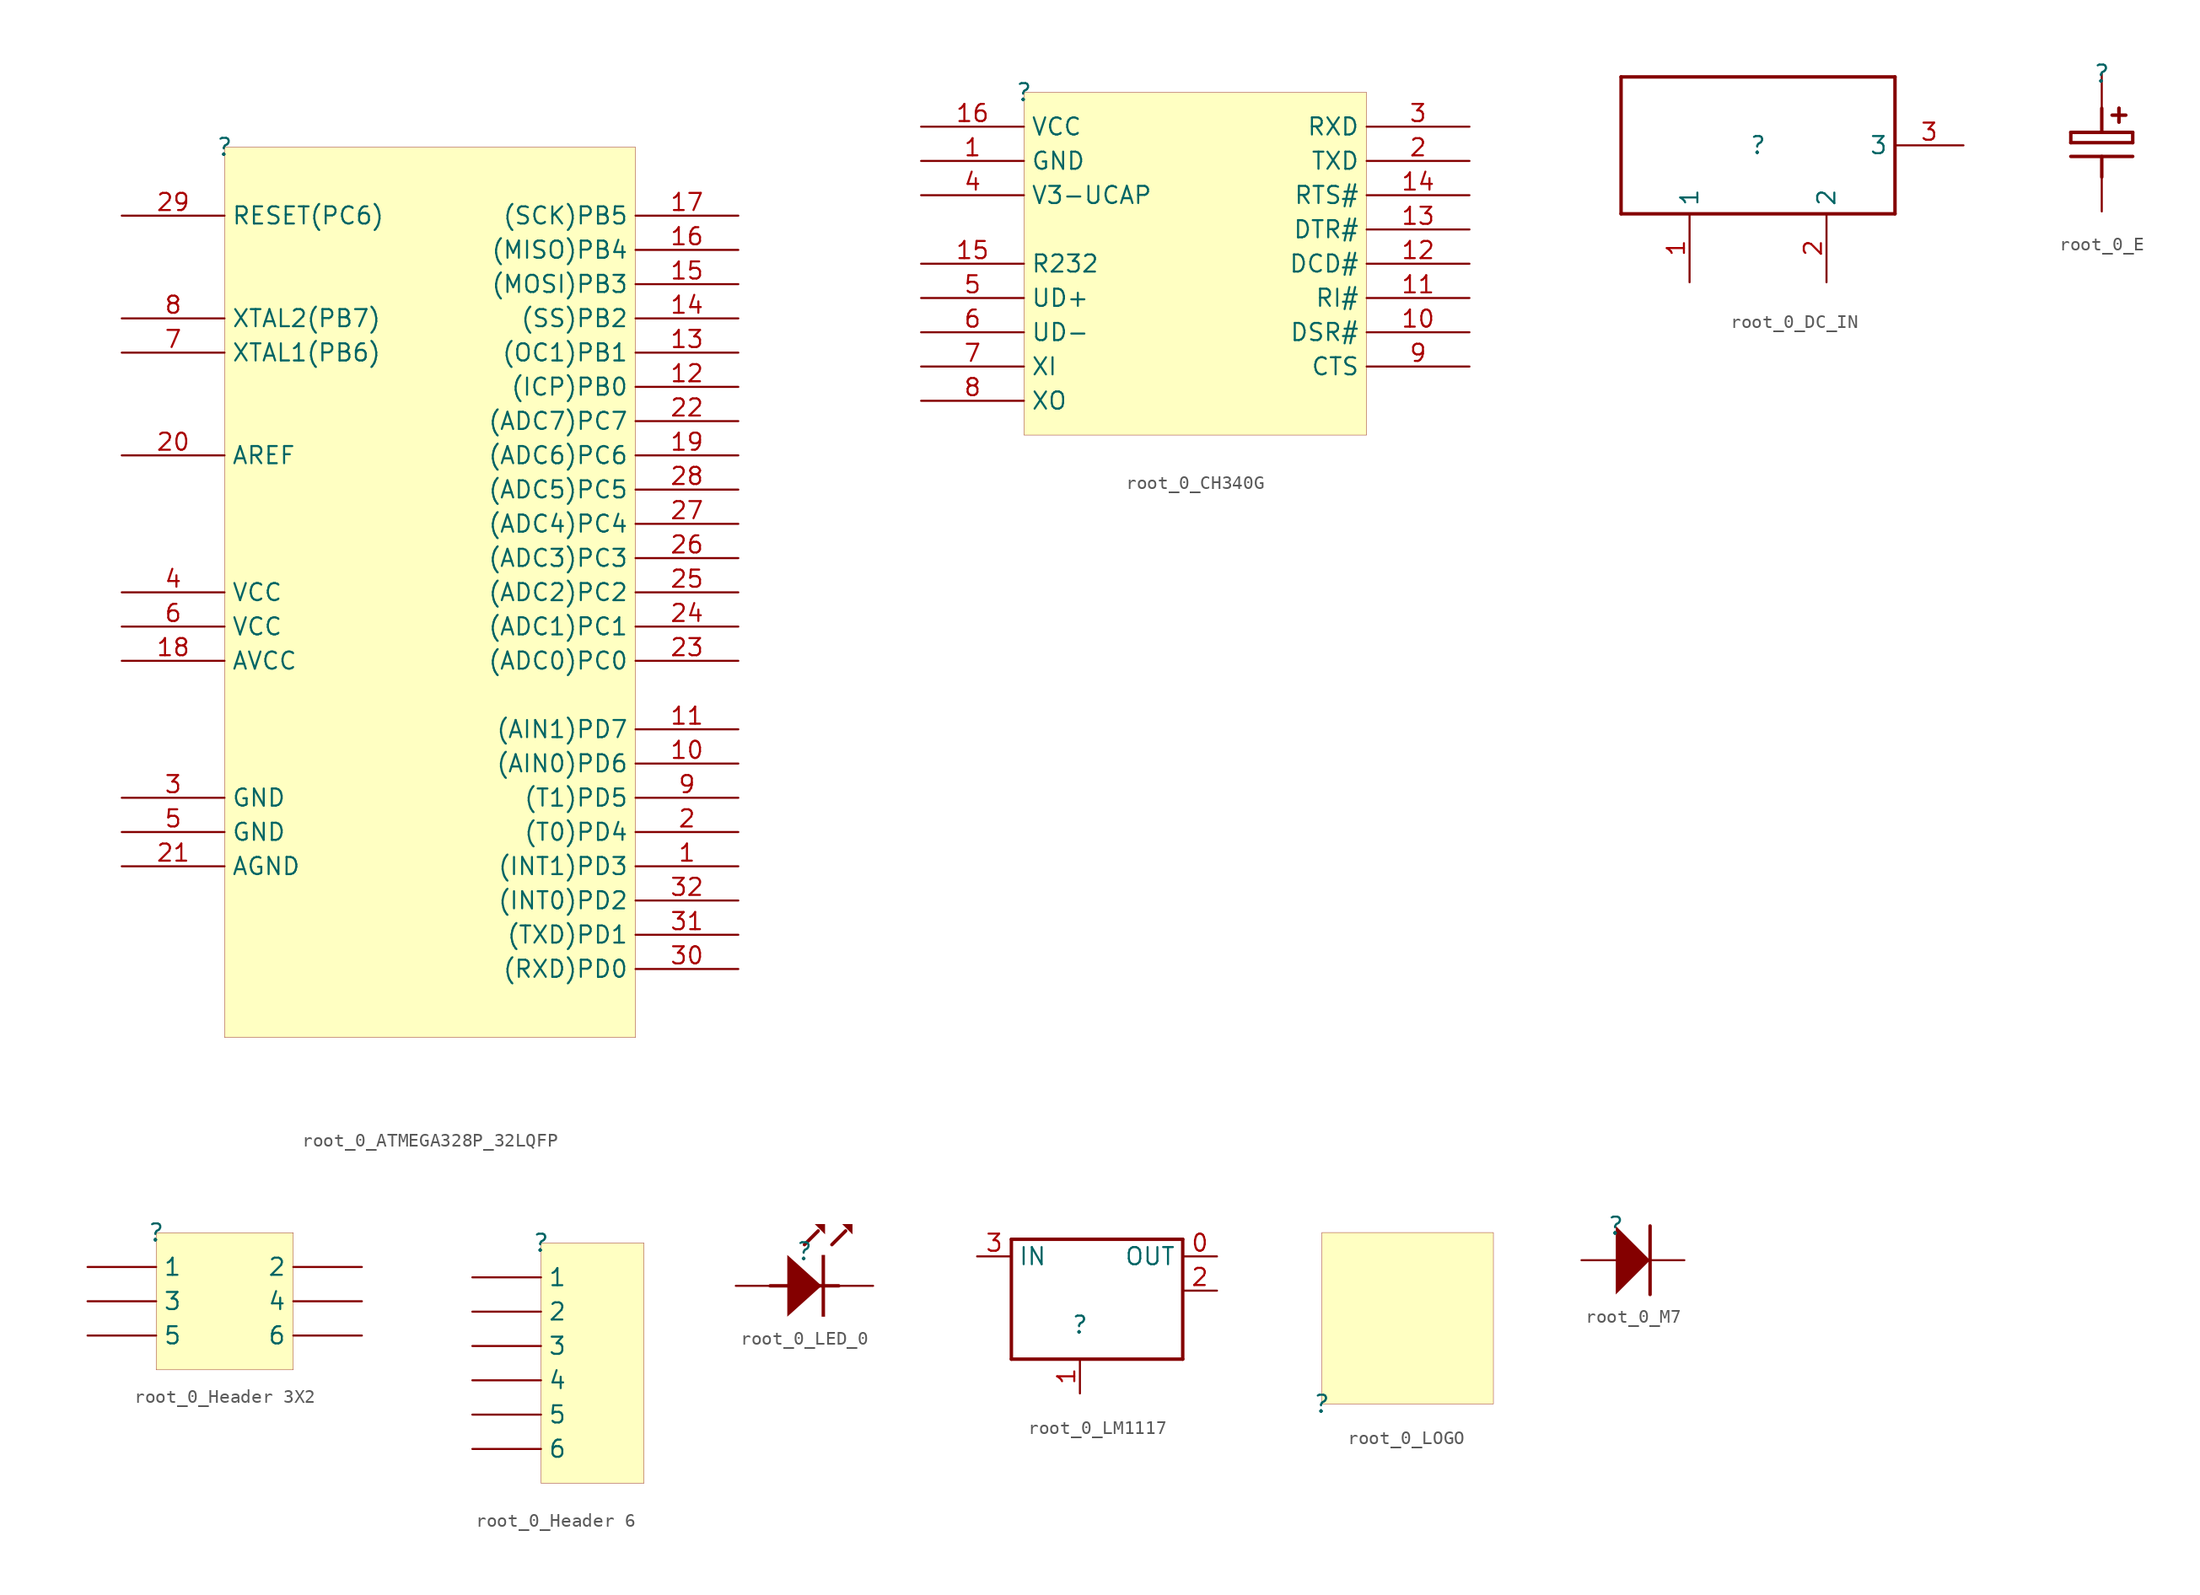
<source format=kicad_sym>
(kicad_symbol_lib
  (version 20231120)
  (generator "kicad_symbol_editor")
  (generator_version "8.0")
  (symbol "root_0_ATMEGA328P_32LQFP"
    (property "Reference" ""
      (at 0 0 0)
      (effects (font (size 1.27 1.27))))
    (property "Value" ""
      (at 0 0 0)
      (effects (font (size 1.27 1.27))))
    (symbol "root_0_ATMEGA328P_32LQFP_1_0"
      (rectangle (start 30.48 0) (end 0 -66.04) (stroke (width 0.025) (type solid) (color 128 0 0 1)) (fill (type background)))
      (pin passive line (at 38.1 -53.34 180) (length 7.62) (name "(INT1)PD3" (effects (font (size 1.27 1.27)))) (number "1" (effects (font (size 1.27 1.27)))))
      (pin passive line (at 38.1 -45.72 180) (length 7.62) (name "(AIN0)PD6" (effects (font (size 1.27 1.27)))) (number "10" (effects (font (size 1.27 1.27)))))
      (pin passive line (at 38.1 -43.18 180) (length 7.62) (name "(AIN1)PD7" (effects (font (size 1.27 1.27)))) (number "11" (effects (font (size 1.27 1.27)))))
      (pin passive line (at 38.1 -17.78 180) (length 7.62) (name "(ICP)PB0" (effects (font (size 1.27 1.27)))) (number "12" (effects (font (size 1.27 1.27)))))
      (pin passive line (at 38.1 -15.24 180) (length 7.62) (name "(OC1)PB1" (effects (font (size 1.27 1.27)))) (number "13" (effects (font (size 1.27 1.27)))))
      (pin passive line (at 38.1 -12.7 180) (length 7.62) (name "(SS)PB2" (effects (font (size 1.27 1.27)))) (number "14" (effects (font (size 1.27 1.27)))))
      (pin passive line (at 38.1 -10.16 180) (length 7.62) (name "(MOSI)PB3" (effects (font (size 1.27 1.27)))) (number "15" (effects (font (size 1.27 1.27)))))
      (pin passive line (at 38.1 -7.62 180) (length 7.62) (name "(MISO)PB4" (effects (font (size 1.27 1.27)))) (number "16" (effects (font (size 1.27 1.27)))))
      (pin passive line (at 38.1 -5.08 180) (length 7.62) (name "(SCK)PB5" (effects (font (size 1.27 1.27)))) (number "17" (effects (font (size 1.27 1.27)))))
      (pin passive line (at -7.62 -38.1 0) (length 7.62) (name "AVCC" (effects (font (size 1.27 1.27)))) (number "18" (effects (font (size 1.27 1.27)))))
      (pin passive line (at 38.1 -22.86 180) (length 7.62) (name "(ADC6)PC6" (effects (font (size 1.27 1.27)))) (number "19" (effects (font (size 1.27 1.27)))))
      (pin passive line (at 38.1 -50.8 180) (length 7.62) (name "(T0)PD4" (effects (font (size 1.27 1.27)))) (number "2" (effects (font (size 1.27 1.27)))))
      (pin passive line (at -7.62 -22.86 0) (length 7.62) (name "AREF" (effects (font (size 1.27 1.27)))) (number "20" (effects (font (size 1.27 1.27)))))
      (pin passive line (at -7.62 -53.34 0) (length 7.62) (name "AGND" (effects (font (size 1.27 1.27)))) (number "21" (effects (font (size 1.27 1.27)))))
      (pin passive line (at 38.1 -20.32 180) (length 7.62) (name "(ADC7)PC7" (effects (font (size 1.27 1.27)))) (number "22" (effects (font (size 1.27 1.27)))))
      (pin passive line (at 38.1 -38.1 180) (length 7.62) (name "(ADC0)PC0" (effects (font (size 1.27 1.27)))) (number "23" (effects (font (size 1.27 1.27)))))
      (pin passive line (at 38.1 -35.56 180) (length 7.62) (name "(ADC1)PC1" (effects (font (size 1.27 1.27)))) (number "24" (effects (font (size 1.27 1.27)))))
      (pin passive line (at 38.1 -33.02 180) (length 7.62) (name "(ADC2)PC2" (effects (font (size 1.27 1.27)))) (number "25" (effects (font (size 1.27 1.27)))))
      (pin passive line (at 38.1 -30.48 180) (length 7.62) (name "(ADC3)PC3" (effects (font (size 1.27 1.27)))) (number "26" (effects (font (size 1.27 1.27)))))
      (pin passive line (at 38.1 -27.94 180) (length 7.62) (name "(ADC4)PC4" (effects (font (size 1.27 1.27)))) (number "27" (effects (font (size 1.27 1.27)))))
      (pin passive line (at 38.1 -25.4 180) (length 7.62) (name "(ADC5)PC5" (effects (font (size 1.27 1.27)))) (number "28" (effects (font (size 1.27 1.27)))))
      (pin passive line (at -7.62 -5.08 0) (length 7.62) (name "RESET(PC6)" (effects (font (size 1.27 1.27)))) (number "29" (effects (font (size 1.27 1.27)))))
      (pin passive line (at -7.62 -48.26 0) (length 7.62) (name "GND" (effects (font (size 1.27 1.27)))) (number "3" (effects (font (size 1.27 1.27)))))
      (pin passive line (at 38.1 -60.96 180) (length 7.62) (name "(RXD)PD0" (effects (font (size 1.27 1.27)))) (number "30" (effects (font (size 1.27 1.27)))))
      (pin passive line (at 38.1 -58.42 180) (length 7.62) (name "(TXD)PD1" (effects (font (size 1.27 1.27)))) (number "31" (effects (font (size 1.27 1.27)))))
      (pin passive line (at 38.1 -55.88 180) (length 7.62) (name "(INT0)PD2" (effects (font (size 1.27 1.27)))) (number "32" (effects (font (size 1.27 1.27)))))
      (pin passive line (at -7.62 -33.02 0) (length 7.62) (name "VCC" (effects (font (size 1.27 1.27)))) (number "4" (effects (font (size 1.27 1.27)))))
      (pin passive line (at -7.62 -50.8 0) (length 7.62) (name "GND" (effects (font (size 1.27 1.27)))) (number "5" (effects (font (size 1.27 1.27)))))
      (pin passive line (at -7.62 -35.56 0) (length 7.62) (name "VCC" (effects (font (size 1.27 1.27)))) (number "6" (effects (font (size 1.27 1.27)))))
      (pin passive line (at -7.62 -15.24 0) (length 7.62) (name "XTAL1(PB6)" (effects (font (size 1.27 1.27)))) (number "7" (effects (font (size 1.27 1.27)))))
      (pin passive line (at -7.62 -12.7 0) (length 7.62) (name "XTAL2(PB7)" (effects (font (size 1.27 1.27)))) (number "8" (effects (font (size 1.27 1.27)))))
      (pin passive line (at 38.1 -48.26 180) (length 7.62) (name "(T1)PD5" (effects (font (size 1.27 1.27)))) (number "9" (effects (font (size 1.27 1.27)))))))
  (symbol "root_0_CH340G"
    (property "Reference" ""
      (at 0 0 0)
      (effects (font (size 1.27 1.27))))
    (property "Value" ""
      (at 0 0 0)
      (effects (font (size 1.27 1.27))))
    (symbol "root_0_CH340G_1_0"
      (rectangle (start 25.4 0) (end 0 -25.4) (stroke (width 0.025) (type solid) (color 128 0 0 1)) (fill (type background)))
      (pin passive line (at -7.62 -5.08 0) (length 7.62) (name "GND" (effects (font (size 1.27 1.27)))) (number "1" (effects (font (size 1.27 1.27)))))
      (pin passive line (at 33.02 -17.78 180) (length 7.62) (name "DSR#" (effects (font (size 1.27 1.27)))) (number "10" (effects (font (size 1.27 1.27)))))
      (pin passive line (at 33.02 -15.24 180) (length 7.62) (name "RI#" (effects (font (size 1.27 1.27)))) (number "11" (effects (font (size 1.27 1.27)))))
      (pin passive line (at 33.02 -12.7 180) (length 7.62) (name "DCD#" (effects (font (size 1.27 1.27)))) (number "12" (effects (font (size 1.27 1.27)))))
      (pin passive line (at 33.02 -10.16 180) (length 7.62) (name "DTR#" (effects (font (size 1.27 1.27)))) (number "13" (effects (font (size 1.27 1.27)))))
      (pin passive line (at 33.02 -7.62 180) (length 7.62) (name "RTS#" (effects (font (size 1.27 1.27)))) (number "14" (effects (font (size 1.27 1.27)))))
      (pin passive line (at -7.62 -12.7 0) (length 7.62) (name "R232" (effects (font (size 1.27 1.27)))) (number "15" (effects (font (size 1.27 1.27)))))
      (pin passive line (at -7.62 -2.54 0) (length 7.62) (name "VCC" (effects (font (size 1.27 1.27)))) (number "16" (effects (font (size 1.27 1.27)))))
      (pin passive line (at 33.02 -5.08 180) (length 7.62) (name "TXD" (effects (font (size 1.27 1.27)))) (number "2" (effects (font (size 1.27 1.27)))))
      (pin passive line (at 33.02 -2.54 180) (length 7.62) (name "RXD" (effects (font (size 1.27 1.27)))) (number "3" (effects (font (size 1.27 1.27)))))
      (pin passive line (at -7.62 -7.62 0) (length 7.62) (name "V3-UCAP" (effects (font (size 1.27 1.27)))) (number "4" (effects (font (size 1.27 1.27)))))
      (pin passive line (at -7.62 -15.24 0) (length 7.62) (name "UD+" (effects (font (size 1.27 1.27)))) (number "5" (effects (font (size 1.27 1.27)))))
      (pin passive line (at -7.62 -17.78 0) (length 7.62) (name "UD-" (effects (font (size 1.27 1.27)))) (number "6" (effects (font (size 1.27 1.27)))))
      (pin passive line (at -7.62 -20.32 0) (length 7.62) (name "XI" (effects (font (size 1.27 1.27)))) (number "7" (effects (font (size 1.27 1.27)))))
      (pin passive line (at -7.62 -22.86 0) (length 7.62) (name "XO" (effects (font (size 1.27 1.27)))) (number "8" (effects (font (size 1.27 1.27)))))
      (pin passive line (at 33.02 -20.32 180) (length 7.62) (name "CTS" (effects (font (size 1.27 1.27)))) (number "9" (effects (font (size 1.27 1.27)))))))
  (symbol "root_0_DC_IN"
    (property "Reference" ""
      (at 0 0 0)
      (effects (font (size 1.27 1.27))))
    (property "Value" ""
      (at 0 0 0)
      (effects (font (size 1.27 1.27))))
    (symbol "root_0_DC_IN_1_0"
      (polyline (pts (xy -10.16 -5.08) (xy -10.16 5.08)) (stroke (width 0.254) (type solid)) (fill (type none)))
      (polyline (pts (xy -10.16 5.08) (xy 10.16 5.08)) (stroke (width 0.254) (type solid)) (fill (type none)))
      (polyline (pts (xy 10.16 -5.08) (xy -10.16 -5.08)) (stroke (width 0.254) (type solid)) (fill (type none)))
      (polyline (pts (xy 10.16 5.08) (xy 10.16 -5.08)) (stroke (width 0.254) (type solid)) (fill (type none)))
      (pin passive line (at -5.08 -10.16 90) (length 5.08) (name "1" (effects (font (size 1.27 1.27)))) (number "1" (effects (font (size 1.27 1.27)))))
      (pin passive line (at 5.08 -10.16 90) (length 5.08) (name "2" (effects (font (size 1.27 1.27)))) (number "2" (effects (font (size 1.27 1.27)))))
      (pin passive line (at 15.24 0 180) (length 5.08) (name "3" (effects (font (size 1.27 1.27)))) (number "3" (effects (font (size 1.27 1.27)))))))
  (symbol "root_0_E"
    (property "Reference" ""
      (at 0 0 0)
      (effects (font (size 1.27 1.27))))
    (property "Value" ""
      (at 0 0 0)
      (effects (font (size 1.27 1.27))))
    (symbol "root_0_E_1_0"
      (polyline (pts (xy -2.286 -6.096) (xy 2.286 -6.096)) (stroke (width 0.254) (type solid)) (fill (type none)))
      (polyline (pts (xy -2.286 -5.08) (xy 2.286 -5.08)) (stroke (width 0.254) (type solid)) (fill (type none)))
      (polyline (pts (xy -2.286 -4.318) (xy -2.286 -5.08)) (stroke (width 0.254) (type solid)) (fill (type none)))
      (polyline (pts (xy -2.286 -4.318) (xy 2.286 -4.318)) (stroke (width 0.254) (type solid)) (fill (type none)))
      (polyline (pts (xy 0 -6.096) (xy 0 -7.62)) (stroke (width 0.254) (type solid)) (fill (type none)))
      (polyline (pts (xy 0 -2.54) (xy 0 -4.318)) (stroke (width 0.254) (type solid)) (fill (type none)))
      (polyline (pts (xy 0.762 -3.048) (xy 1.778 -3.048)) (stroke (width 0.254) (type solid)) (fill (type none)))
      (polyline (pts (xy 1.27 -3.302) (xy 1.27 -3.556)) (stroke (width 0.254) (type solid)) (fill (type none)))
      (polyline (pts (xy 1.27 -2.54) (xy 1.27 -3.556)) (stroke (width 0.254) (type solid)) (fill (type none)))
      (polyline (pts (xy 1.27 -2.54) (xy 1.27 -2.794)) (stroke (width 0.254) (type solid)) (fill (type none)))
      (polyline (pts (xy 2.286 -4.318) (xy 2.286 -5.08)) (stroke (width 0.254) (type solid)) (fill (type none)))
      (pin passive line (at 0 0 270) (length 2.54) (name "" (effects (font (size 0 0)))) (number "1" (effects (font (size 0 0)))))
      (pin passive line (at 0 -10.16 90) (length 2.54) (name "" (effects (font (size 0 0)))) (number "2" (effects (font (size 0 0)))))))
  (symbol "root_0_Header 3X2"
    (property "Reference" ""
      (at 0 0 0)
      (effects (font (size 1.27 1.27))))
    (property "Value" ""
      (at 0 0 0)
      (effects (font (size 1.27 1.27))))
    (symbol "root_0_Header 3X2_1_0"
      (rectangle (start 10.16 0) (end 0 -10.16) (stroke (width 0.025) (type solid) (color 128 0 0 1)) (fill (type background)))
      (pin passive line (at -5.08 -2.54 0) (length 5.08) (name "1" (effects (font (size 1.27 1.27)))) (number "1" (effects (font (size 0 0)))))
      (pin passive line (at 15.24 -2.54 180) (length 5.08) (name "2" (effects (font (size 1.27 1.27)))) (number "2" (effects (font (size 0 0)))))
      (pin passive line (at -5.08 -5.08 0) (length 5.08) (name "3" (effects (font (size 1.27 1.27)))) (number "3" (effects (font (size 0 0)))))
      (pin passive line (at 15.24 -5.08 180) (length 5.08) (name "4" (effects (font (size 1.27 1.27)))) (number "4" (effects (font (size 0 0)))))
      (pin passive line (at -5.08 -7.62 0) (length 5.08) (name "5" (effects (font (size 1.27 1.27)))) (number "5" (effects (font (size 0 0)))))
      (pin passive line (at 15.24 -7.62 180) (length 5.08) (name "6" (effects (font (size 1.27 1.27)))) (number "6" (effects (font (size 0 0)))))))
  (symbol "root_0_Header 6"
    (property "Reference" ""
      (at 0 0 0)
      (effects (font (size 1.27 1.27))))
    (property "Value" ""
      (at 0 0 0)
      (effects (font (size 1.27 1.27))))
    (symbol "root_0_Header 6_1_0"
      (rectangle (start 7.62 0) (end 0 -17.78) (stroke (width 0.025) (type solid) (color 128 0 0 1)) (fill (type background)))
      (pin passive line (at -5.08 -2.54 0) (length 5.08) (name "1" (effects (font (size 1.27 1.27)))) (number "1" (effects (font (size 0 0)))))
      (pin passive line (at -5.08 -5.08 0) (length 5.08) (name "2" (effects (font (size 1.27 1.27)))) (number "2" (effects (font (size 0 0)))))
      (pin passive line (at -5.08 -7.62 0) (length 5.08) (name "3" (effects (font (size 1.27 1.27)))) (number "3" (effects (font (size 0 0)))))
      (pin passive line (at -5.08 -10.16 0) (length 5.08) (name "4" (effects (font (size 1.27 1.27)))) (number "4" (effects (font (size 0 0)))))
      (pin passive line (at -5.08 -12.7 0) (length 5.08) (name "5" (effects (font (size 1.27 1.27)))) (number "5" (effects (font (size 0 0)))))
      (pin passive line (at -5.08 -15.24 0) (length 5.08) (name "6" (effects (font (size 1.27 1.27)))) (number "6" (effects (font (size 0 0)))))))
  (symbol "root_0_LED_0"
    (property "Reference" ""
      (at 0 0 0)
      (effects (font (size 1.27 1.27))))
    (property "Value" ""
      (at 0 0 0)
      (effects (font (size 1.27 1.27))))
    (symbol "root_0_LED_0_1_0"
      (polyline (pts (xy -2.54 -2.54) (xy 2.54 -2.54)) (stroke (width 0.254) (type solid)) (fill (type none)))
      (polyline (pts (xy 1.016 1.524) (xy 0 0.508)) (stroke (width 0.254) (type solid)) (fill (type none)))
      (polyline (pts (xy 3.048 1.524) (xy 2.032 0.508)) (stroke (width 0.254) (type solid)) (fill (type none)))
      (polyline (pts (xy -1.27 -0.254) (xy 1.27 -2.54) (xy -1.27 -4.826) (xy -1.27 -0.254)) (stroke (width -0.0001) (type solid)) (fill (type outline)))
      (polyline (pts (xy 0.762 2.032) (xy 1.524 2.032) (xy 1.524 1.27) (xy 0.762 2.032)) (stroke (width -0.0001) (type solid)) (fill (type outline)))
      (polyline (pts (xy 2.794 2.032) (xy 3.556 2.032) (xy 3.556 1.27) (xy 2.794 2.032)) (stroke (width -0.0001) (type solid)) (fill (type outline)))
      (polyline (pts (xy 1.27 -0.254) (xy 1.524 -0.254) (xy 1.524 -4.826) (xy 1.27 -4.826) (xy 1.27 -0.254)) (stroke (width -0.0001) (type solid)) (fill (type outline)))
      (pin passive line (at -5.08 -2.54 0) (length 2.54) (name "" (effects (font (size 0 0)))) (number "A" (effects (font (size 0 0)))))
      (pin passive line (at 5.08 -2.54 180) (length 2.54) (name "" (effects (font (size 0 0)))) (number "K" (effects (font (size 0 0)))))))
  (symbol "root_0_LM1117"
    (property "Reference" ""
      (at 0 0 0)
      (effects (font (size 1.27 1.27))))
    (property "Value" ""
      (at 0 0 0)
      (effects (font (size 1.27 1.27))))
    (symbol "root_0_LM1117_1_0"
      (polyline (pts (xy -5.08 -2.54) (xy -5.08 6.35)) (stroke (width 0.254) (type solid)) (fill (type none)))
      (polyline (pts (xy -5.08 6.35) (xy 7.62 6.35)) (stroke (width 0.254) (type solid)) (fill (type none)))
      (polyline (pts (xy 7.62 -2.54) (xy -5.08 -2.54)) (stroke (width 0.254) (type solid)) (fill (type none)))
      (polyline (pts (xy 7.62 6.35) (xy 7.62 -2.54)) (stroke (width 0.254) (type solid)) (fill (type none)))
      (pin passive line (at 10.16 5.08 180) (length 2.54) (name "OUT" (effects (font (size 1.27 1.27)))) (number "0" (effects (font (size 1.27 1.27)))))
      (pin passive line (at 0 -5.08 90) (length 2.54) (name "GND/ADJ" (effects (font (size 0 0)))) (number "1" (effects (font (size 1.27 1.27)))))
      (pin passive line (at 10.16 2.54 180) (length 2.54) (name "OUT@1" (effects (font (size 0 0)))) (number "2" (effects (font (size 1.27 1.27)))))
      (pin passive line (at -7.62 5.08 0) (length 2.54) (name "IN" (effects (font (size 1.27 1.27)))) (number "3" (effects (font (size 1.27 1.27)))))))
  (symbol "root_0_LOGO"
    (property "Reference" ""
      (at 0 0 0)
      (effects (font (size 1.27 1.27))))
    (property "Value" ""
      (at 0 0 0)
      (effects (font (size 1.27 1.27))))
    (symbol "root_0_LOGO_1_0"
      (rectangle (start 0 12.7) (end 12.7 0) (stroke (width 0.025) (type solid)) (fill (type background)))))
  (symbol "root_0_M7"
    (property "Reference" ""
      (at 0 0 0)
      (effects (font (size 1.27 1.27))))
    (property "Value" ""
      (at 0 0 0)
      (effects (font (size 1.27 1.27))))
    (symbol "root_0_M7_1_0"
      (polyline (pts (xy 2.54 0) (xy 2.54 -5.08)) (stroke (width 0.254) (type solid)) (fill (type none)))
      (polyline (pts (xy 0 -5.08) (xy 2.54 -2.54) (xy 0 0) (xy 0 -5.08)) (stroke (width -0.0001) (type solid)) (fill (type outline)))
      (pin passive line (at -2.54 -2.54 0) (length 2.54) (name "A" (effects (font (size 0 0)))) (number "A" (effects (font (size 0 0)))))
      (pin passive line (at 5.08 -2.54 180) (length 2.54) (name "K" (effects (font (size 0 0)))) (number "K" (effects (font (size 0 0))))))))
</source>
